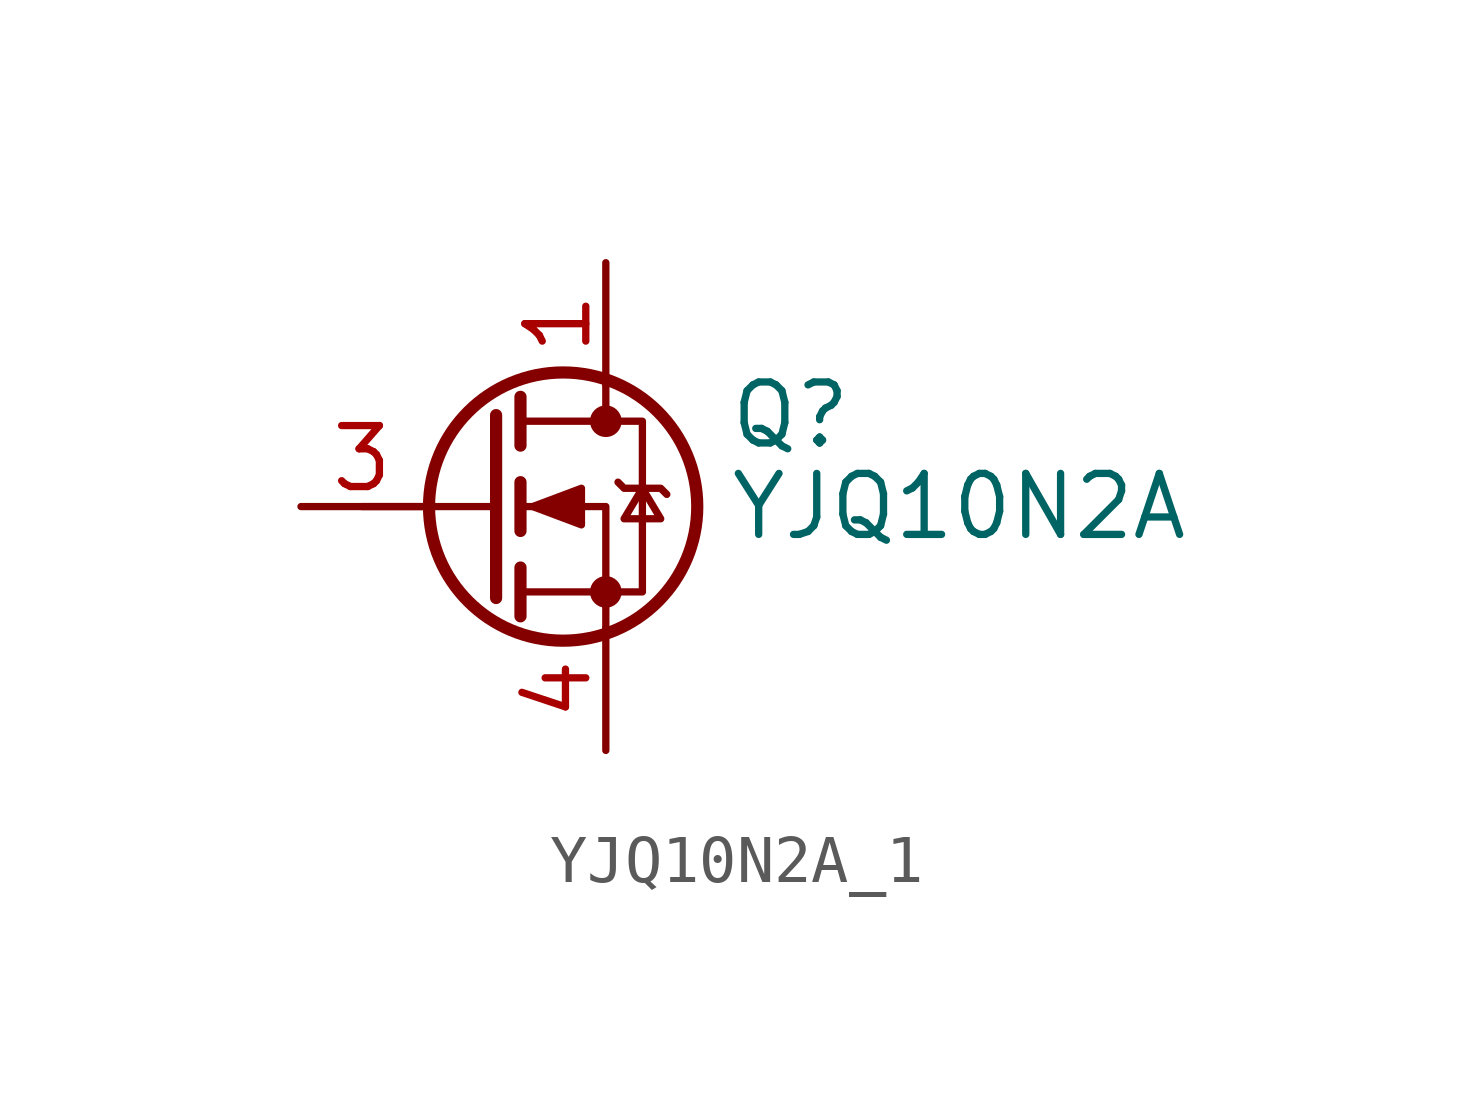
<source format=kicad_sym>
(kicad_symbol_lib
  (version 20241209)
  (generator "kicad_symbol_editor")
  (generator_version "9.0")
  (symbol "YJQ10N2A_1"
    (pin_names
      (hide yes))
    (property "Reference" "Q"
      (at 5.08 1.905 0)
      (effects (font (size 1.27 1.27)) (justify left)))
    (property "Value" "YJQ10N2A"
      (at 5.08 0 0)
      (effects (font (size 1.27 1.27)) (justify left)))
    (symbol "YJQ10N2A_1_0_1"
      (polyline (pts (xy 0.254 1.905) (xy 0.254 -1.905)) (stroke (width 0.254) (type default)) (fill (type none)))
      (polyline (pts (xy 0.254 0) (xy -2.54 0)) (stroke (width 0) (type default)) (fill (type none)))
      (polyline (pts (xy 0.762 2.286) (xy 0.762 1.27)) (stroke (width 0.254) (type default)) (fill (type none)))
      (polyline (pts (xy 0.762 0.508) (xy 0.762 -0.508)) (stroke (width 0.254) (type default)) (fill (type none)))
      (polyline (pts (xy 0.762 -1.27) (xy 0.762 -2.286)) (stroke (width 0.254) (type default)) (fill (type none)))
      (polyline (pts (xy 0.762 -1.778) (xy 3.302 -1.778) (xy 3.302 1.778) (xy 0.762 1.778)) (stroke (width 0) (type default)) (fill (type none)))
      (polyline (pts (xy 1.016 0) (xy 2.032 0.381) (xy 2.032 -0.381) (xy 1.016 0)) (stroke (width 0) (type default)) (fill (type outline)))
      (circle (center 1.651 0) (radius 2.794) (stroke (width 0.254) (type default)) (fill (type none)))
      (polyline (pts (xy 2.54 2.54) (xy 2.54 1.778)) (stroke (width 0) (type default)) (fill (type none)))
      (circle (center 2.54 1.778) (radius 0.254) (stroke (width 0) (type default)) (fill (type outline)))
      (circle (center 2.54 -1.778) (radius 0.254) (stroke (width 0) (type default)) (fill (type outline)))
      (polyline (pts (xy 2.54 -2.54) (xy 2.54 0) (xy 0.762 0)) (stroke (width 0) (type default)) (fill (type none)))
      (polyline (pts (xy 2.794 0.508) (xy 2.921 0.381) (xy 3.683 0.381) (xy 3.81 0.254)) (stroke (width 0) (type default)) (fill (type none)))
      (polyline (pts (xy 3.302 0.381) (xy 2.921 -0.254) (xy 3.683 -0.254) (xy 3.302 0.381)) (stroke (width 0) (type default)) (fill (type none))))
    (symbol "YJQ10N2A_1_1_1"
      (pin input line (at -3.81 0 0) (length 2.54) (name "G" (effects (font (size 1.27 1.27)))) (number "3" (effects (font (size 1.27 1.27)))))
      (pin passive line (at 2.54 5.08 270) (length 2.54) (name "D" (effects (font (size 1.27 1.27)))) (number "1" (effects (font (size 1.27 1.27)))))
      (pin passive line (at 2.54 5.08 270) (length 2.54) (hide yes) (name "D" (effects (font (size 1.27 1.27)))) (number "2" (effects (font (size 1.27 1.27)))))
      (pin passive line (at 2.54 5.08 270) (length 2.54) (hide yes) (name "D" (effects (font (size 1.27 1.27)))) (number "3" (effects (font (size 1.27 1.27)))))
      (pin passive line (at 2.54 5.08 270) (length 2.54) (hide yes) (name "D" (effects (font (size 1.27 1.27)))) (number "5" (effects (font (size 1.27 1.27)))))
      (pin passive line (at 2.54 5.08 270) (length 2.54) (hide yes) (name "D" (effects (font (size 1.27 1.27)))) (number "6" (effects (font (size 1.27 1.27)))))
      (pin passive line (at 2.54 5.08 270) (length 2.54) (hide yes) (name "D" (effects (font (size 1.27 1.27)))) (number "8" (effects (font (size 1.27 1.27)))))
      (pin passive line (at 2.54 -5.08 90) (length 2.54) (name "S" (effects (font (size 1.27 1.27)))) (number "4" (effects (font (size 1.27 1.27)))))
      (pin passive line (at 2.54 -5.08 90) (length 2.54) (hide yes) (name "S" (effects (font (size 1.27 1.27)))) (number "7" (effects (font (size 1.27 1.27))))))))
</source>
